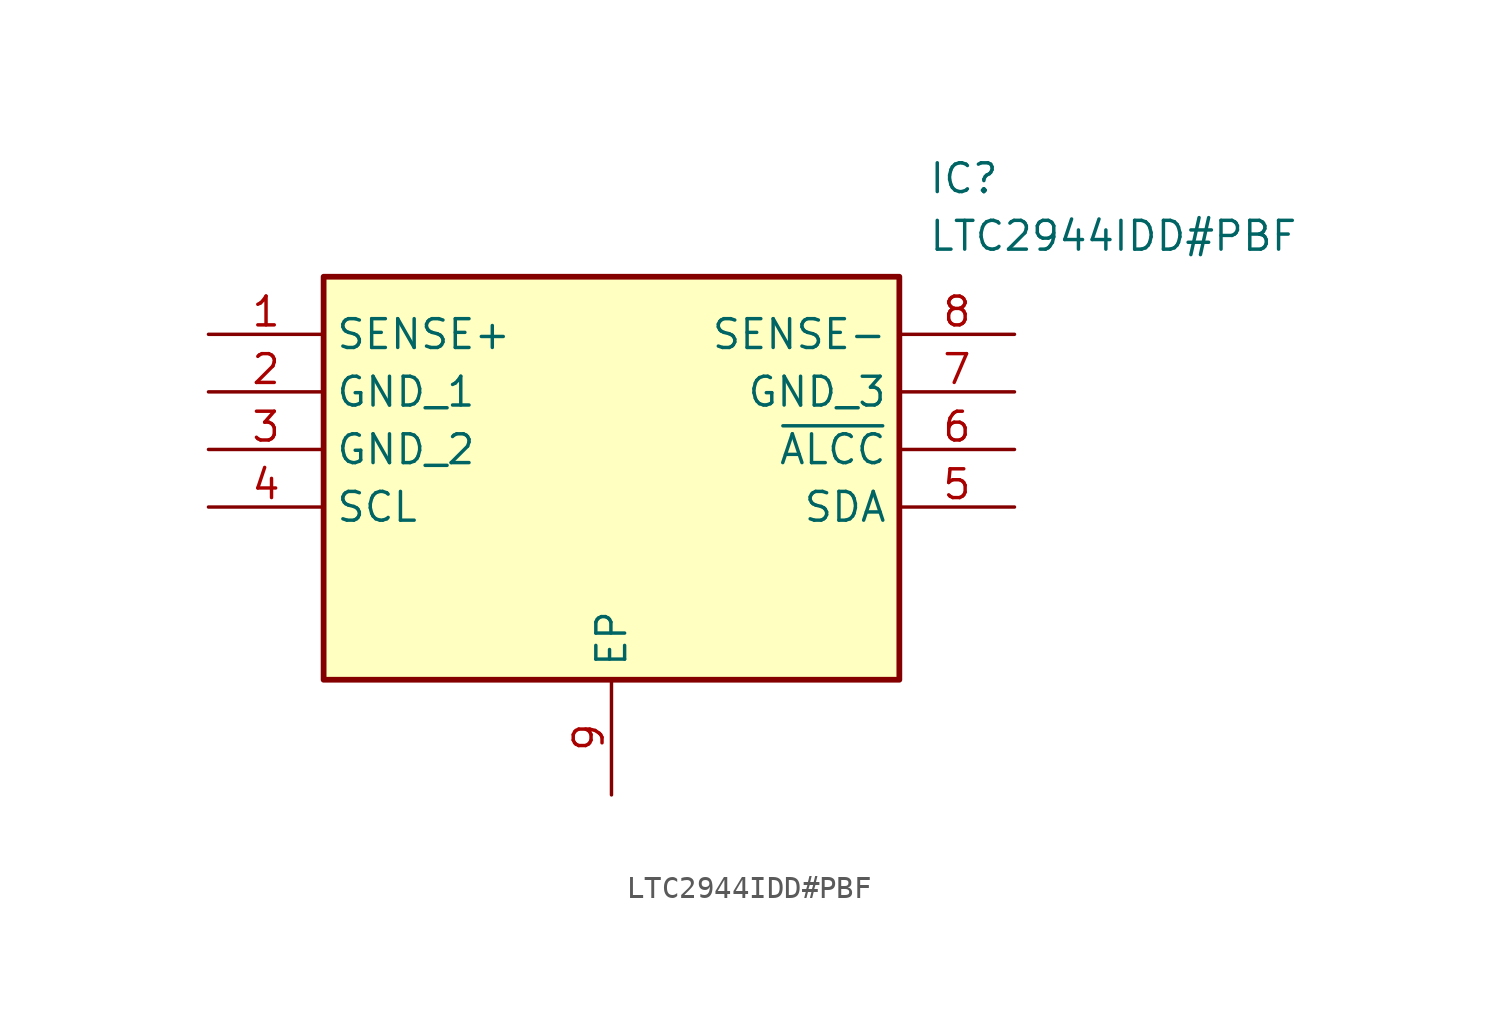
<source format=kicad_sym>
(kicad_symbol_lib
  (version 20241209)
  (generator "kicad_symbol_editor")
  (generator_version "9.0")
  (symbol "LTC2944IDD#PBF"
    (property "Reference" "IC"
      (at 31.75 7.62 0)
      (effects (font (size 1.27 1.27)) (justify left top)))
    (property "Value" "LTC2944IDD#PBF"
      (at 31.75 5.08 0)
      (effects (font (size 1.27 1.27)) (justify left top)))
    (symbol "LTC2944IDD#PBF_1_1"
      (rectangle (start 5.08 2.54) (end 30.48 -15.24) (stroke (width 0.254) (type default)) (fill (type background)))
      (pin passive line (at 0 0 0) (length 5.08) (name "SENSE+" (effects (font (size 1.27 1.27)))) (number "1" (effects (font (size 1.27 1.27)))))
      (pin passive line (at 0 -2.54 0) (length 5.08) (name "GND_1" (effects (font (size 1.27 1.27)))) (number "2" (effects (font (size 1.27 1.27)))))
      (pin passive line (at 0 -5.08 0) (length 5.08) (name "GND_2" (effects (font (size 1.27 1.27)))) (number "3" (effects (font (size 1.27 1.27)))))
      (pin passive line (at 0 -7.62 0) (length 5.08) (name "SCL" (effects (font (size 1.27 1.27)))) (number "4" (effects (font (size 1.27 1.27)))))
      (pin passive line (at 17.78 -20.32 90) (length 5.08) (name "EP" (effects (font (size 1.27 1.27)))) (number "9" (effects (font (size 1.27 1.27)))))
      (pin passive line (at 35.56 0 180) (length 5.08) (name "SENSE-" (effects (font (size 1.27 1.27)))) (number "8" (effects (font (size 1.27 1.27)))))
      (pin passive line (at 35.56 -2.54 180) (length 5.08) (name "GND_3" (effects (font (size 1.27 1.27)))) (number "7" (effects (font (size 1.27 1.27)))))
      (pin passive line (at 35.56 -5.08 180) (length 5.08) (name "~{ALCC}" (effects (font (size 1.27 1.27)))) (number "6" (effects (font (size 1.27 1.27)))))
      (pin passive line (at 35.56 -7.62 180) (length 5.08) (name "SDA" (effects (font (size 1.27 1.27)))) (number "5" (effects (font (size 1.27 1.27))))))))
</source>
